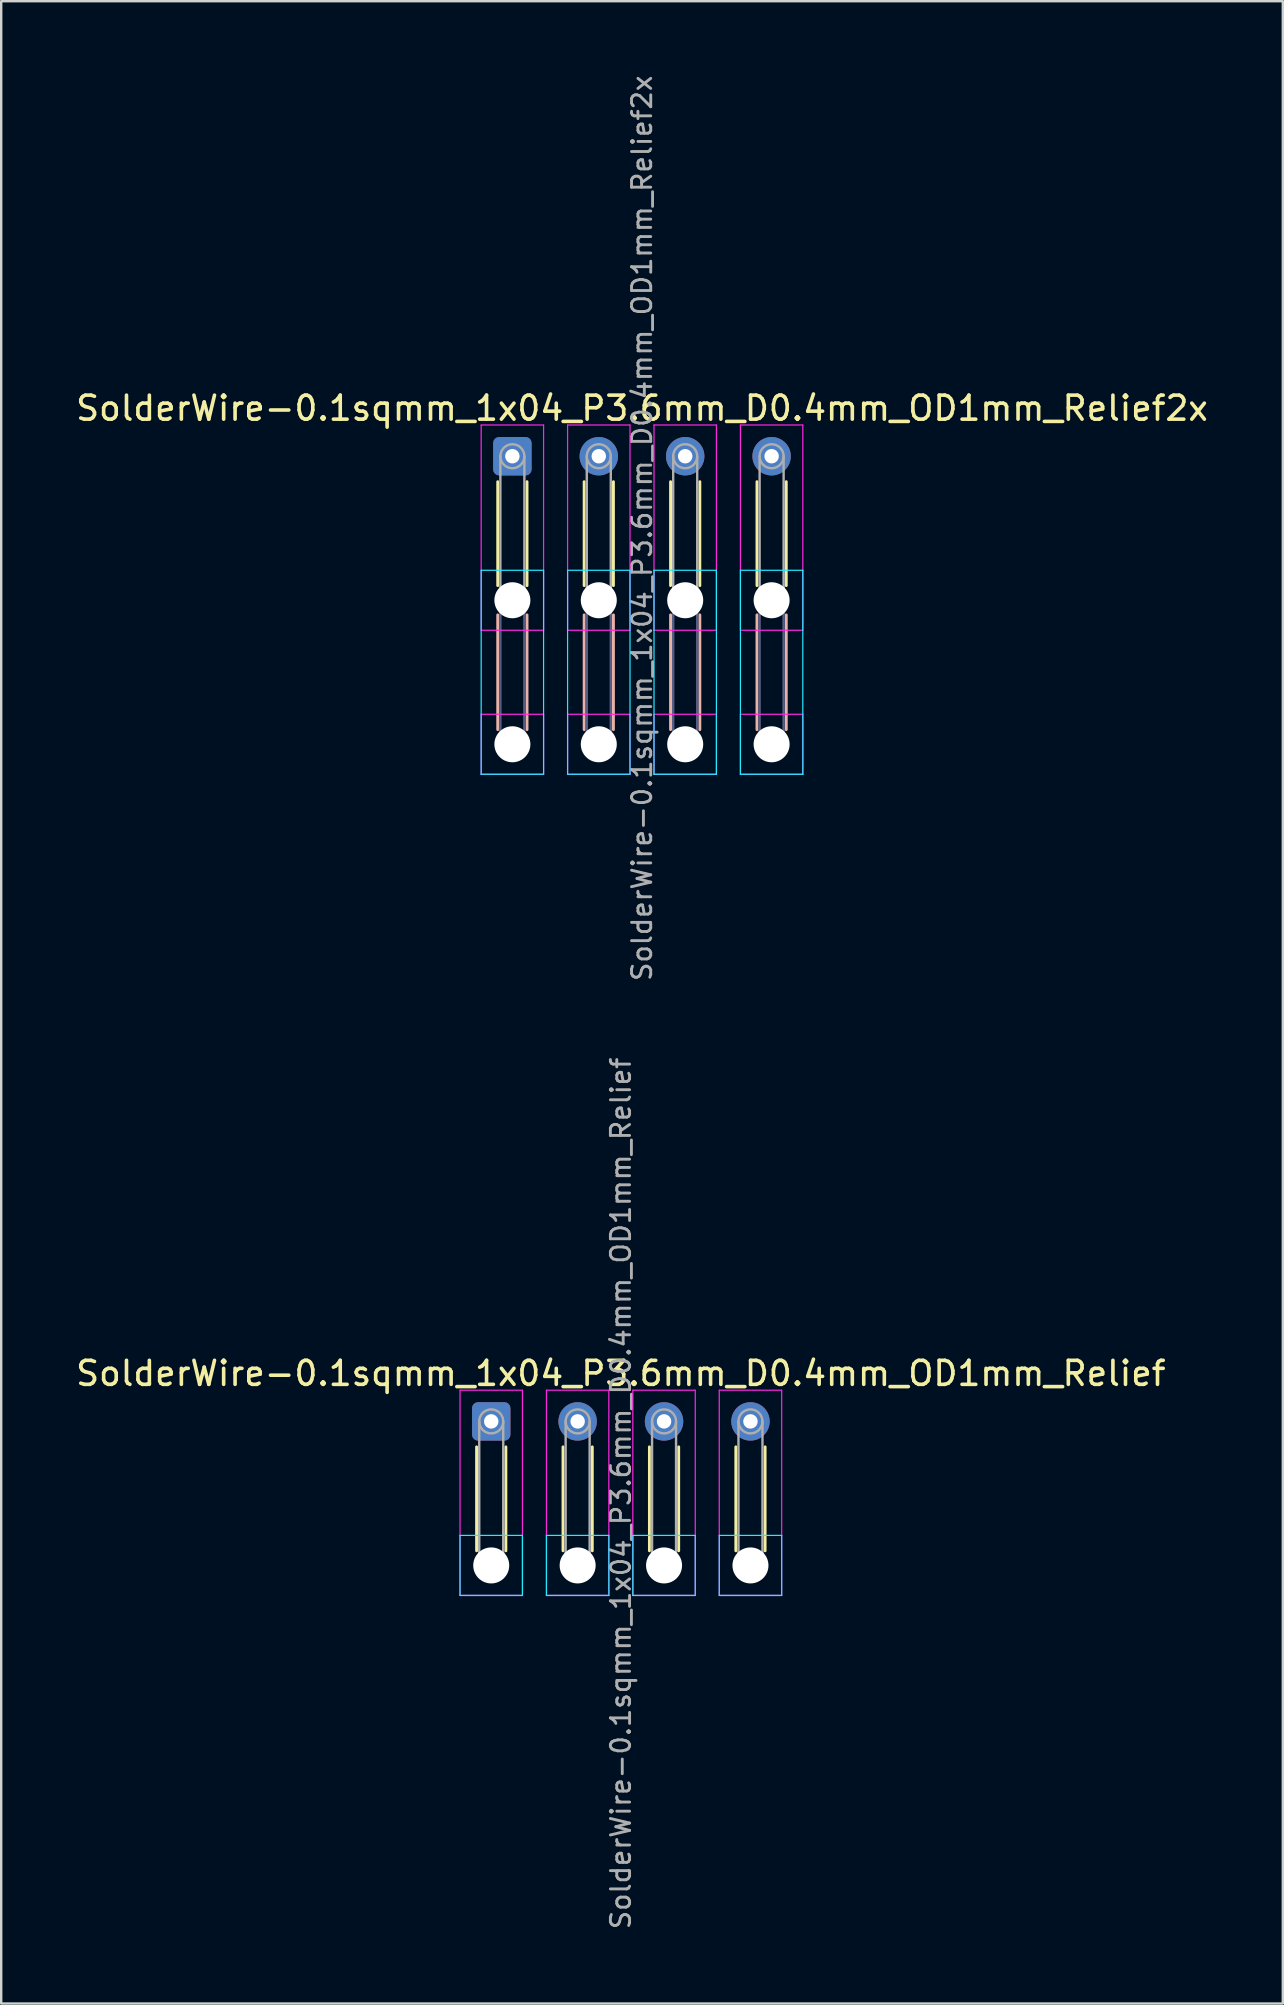
<source format=kicad_pcb>
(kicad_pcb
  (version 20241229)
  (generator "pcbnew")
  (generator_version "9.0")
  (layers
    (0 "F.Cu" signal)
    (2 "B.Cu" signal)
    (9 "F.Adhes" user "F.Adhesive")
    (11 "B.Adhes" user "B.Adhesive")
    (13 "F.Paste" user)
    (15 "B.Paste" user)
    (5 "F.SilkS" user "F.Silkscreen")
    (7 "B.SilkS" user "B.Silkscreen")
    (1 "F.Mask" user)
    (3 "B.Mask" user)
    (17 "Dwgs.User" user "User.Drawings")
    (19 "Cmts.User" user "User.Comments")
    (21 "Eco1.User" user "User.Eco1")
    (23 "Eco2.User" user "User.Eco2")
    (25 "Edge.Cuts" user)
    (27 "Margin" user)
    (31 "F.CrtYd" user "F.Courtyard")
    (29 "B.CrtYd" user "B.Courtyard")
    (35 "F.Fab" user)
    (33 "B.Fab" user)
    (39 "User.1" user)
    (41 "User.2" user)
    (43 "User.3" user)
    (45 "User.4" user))
  (footprint "SolderWire-0.1sqmm_1x04_P3.6mm_D0.4mm_OD1mm_Relief"
    (layer "F.Cu")
    (at 17.415 56.167)
    (property "Reference" "SolderWire-0.1sqmm_1x04_P3.6mm_D0.4mm_OD1mm_Relief" (at 5.4 -2 0) (layer "F.SilkS") (effects (font (size 1 1) (thickness 0.15))))
    (attr exclude_from_pos_files exclude_from_bom)
    (fp_line (start -0.61 1.06) (end -0.61 5.39) (stroke (width 0.12) (type solid)) (layer "F.SilkS"))
    (fp_line (start 0.61 1.06) (end 0.61 5.39) (stroke (width 0.12) (type solid)) (layer "F.SilkS"))
    (fp_line (start 2.99 1.06) (end 2.99 5.39) (stroke (width 0.12) (type solid)) (layer "F.SilkS"))
    (fp_line (start 4.21 1.06) (end 4.21 5.39) (stroke (width 0.12) (type solid)) (layer "F.SilkS"))
    (fp_line (start 6.59 1.06) (end 6.59 5.39) (stroke (width 0.12) (type solid)) (layer "F.SilkS"))
    (fp_line (start 7.81 1.06) (end 7.81 5.39) (stroke (width 0.12) (type solid)) (layer "F.SilkS"))
    (fp_line (start 10.19 1.06) (end 10.19 5.39) (stroke (width 0.12) (type solid)) (layer "F.SilkS"))
    (fp_line (start 11.41 1.06) (end 11.41 5.39) (stroke (width 0.12) (type solid)) (layer "F.SilkS"))
    (fp_line (start -1.3 4.75) (end -1.3 7.25) (stroke (width 0.05) (type solid)) (layer "B.CrtYd"))
    (fp_line (start -1.3 7.25) (end 1.3 7.25) (stroke (width 0.05) (type solid)) (layer "B.CrtYd"))
    (fp_line (start 1.3 4.75) (end -1.3 4.75) (stroke (width 0.05) (type solid)) (layer "B.CrtYd"))
    (fp_line (start 1.3 7.25) (end 1.3 4.75) (stroke (width 0.05) (type solid)) (layer "B.CrtYd"))
    (fp_line (start 2.3 4.75) (end 2.3 7.25) (stroke (width 0.05) (type solid)) (layer "B.CrtYd"))
    (fp_line (start 2.3 7.25) (end 4.9 7.25) (stroke (width 0.05) (type solid)) (layer "B.CrtYd"))
    (fp_line (start 4.9 4.75) (end 2.3 4.75) (stroke (width 0.05) (type solid)) (layer "B.CrtYd"))
    (fp_line (start 4.9 7.25) (end 4.9 4.75) (stroke (width 0.05) (type solid)) (layer "B.CrtYd"))
    (fp_line (start 5.9 4.75) (end 5.9 7.25) (stroke (width 0.05) (type solid)) (layer "B.CrtYd"))
    (fp_line (start 5.9 7.25) (end 8.5 7.25) (stroke (width 0.05) (type solid)) (layer "B.CrtYd"))
    (fp_line (start 8.5 4.75) (end 5.9 4.75) (stroke (width 0.05) (type solid)) (layer "B.CrtYd"))
    (fp_line (start 8.5 7.25) (end 8.5 4.75) (stroke (width 0.05) (type solid)) (layer "B.CrtYd"))
    (fp_line (start 9.5 4.75) (end 9.5 7.25) (stroke (width 0.05) (type solid)) (layer "B.CrtYd"))
    (fp_line (start 9.5 7.25) (end 12.1 7.25) (stroke (width 0.05) (type solid)) (layer "B.CrtYd"))
    (fp_line (start 12.1 4.75) (end 9.5 4.75) (stroke (width 0.05) (type solid)) (layer "B.CrtYd"))
    (fp_line (start 12.1 7.25) (end 12.1 4.75) (stroke (width 0.05) (type solid)) (layer "B.CrtYd"))
    (fp_line (start -1.3 -1.3) (end -1.3 7.25) (stroke (width 0.05) (type solid)) (layer "F.CrtYd"))
    (fp_line (start -1.3 7.25) (end 1.3 7.25) (stroke (width 0.05) (type solid)) (layer "F.CrtYd"))
    (fp_line (start 1.3 -1.3) (end -1.3 -1.3) (stroke (width 0.05) (type solid)) (layer "F.CrtYd"))
    (fp_line (start 1.3 7.25) (end 1.3 -1.3) (stroke (width 0.05) (type solid)) (layer "F.CrtYd"))
    (fp_line (start 2.3 -1.3) (end 2.3 7.25) (stroke (width 0.05) (type solid)) (layer "F.CrtYd"))
    (fp_line (start 2.3 7.25) (end 4.9 7.25) (stroke (width 0.05) (type solid)) (layer "F.CrtYd"))
    (fp_line (start 4.9 -1.3) (end 2.3 -1.3) (stroke (width 0.05) (type solid)) (layer "F.CrtYd"))
    (fp_line (start 4.9 7.25) (end 4.9 -1.3) (stroke (width 0.05) (type solid)) (layer "F.CrtYd"))
    (fp_line (start 5.9 -1.3) (end 5.9 7.25) (stroke (width 0.05) (type solid)) (layer "F.CrtYd"))
    (fp_line (start 5.9 7.25) (end 8.5 7.25) (stroke (width 0.05) (type solid)) (layer "F.CrtYd"))
    (fp_line (start 8.5 -1.3) (end 5.9 -1.3) (stroke (width 0.05) (type solid)) (layer "F.CrtYd"))
    (fp_line (start 8.5 7.25) (end 8.5 -1.3) (stroke (width 0.05) (type solid)) (layer "F.CrtYd"))
    (fp_line (start 9.5 -1.3) (end 9.5 7.25) (stroke (width 0.05) (type solid)) (layer "F.CrtYd"))
    (fp_line (start 9.5 7.25) (end 12.1 7.25) (stroke (width 0.05) (type solid)) (layer "F.CrtYd"))
    (fp_line (start 12.1 -1.3) (end 9.5 -1.3) (stroke (width 0.05) (type solid)) (layer "F.CrtYd"))
    (fp_line (start 12.1 7.25) (end 12.1 -1.3) (stroke (width 0.05) (type solid)) (layer "F.CrtYd"))
    (fp_line (start -0.5 0) (end -0.5 6) (stroke (width 0.1) (type solid)) (layer "F.Fab"))
    (fp_line (start 0.5 0) (end 0.5 6) (stroke (width 0.1) (type solid)) (layer "F.Fab"))
    (fp_line (start 3.1 0) (end 3.1 6) (stroke (width 0.1) (type solid)) (layer "F.Fab"))
    (fp_line (start 4.1 0) (end 4.1 6) (stroke (width 0.1) (type solid)) (layer "F.Fab"))
    (fp_line (start 6.7 0) (end 6.7 6) (stroke (width 0.1) (type solid)) (layer "F.Fab"))
    (fp_line (start 7.7 0) (end 7.7 6) (stroke (width 0.1) (type solid)) (layer "F.Fab"))
    (fp_line (start 10.3 0) (end 10.3 6) (stroke (width 0.1) (type solid)) (layer "F.Fab"))
    (fp_line (start 11.3 0) (end 11.3 6) (stroke (width 0.1) (type solid)) (layer "F.Fab"))
    (fp_circle (center 0 0) (end 0.5 0) (stroke (width 0.1) (type solid)) (fill no) (layer "F.Fab"))
    (fp_circle (center 0 6) (end 0.5 6) (stroke (width 0.1) (type solid)) (fill no) (layer "F.Fab"))
    (fp_circle (center 3.6 0) (end 4.1 0) (stroke (width 0.1) (type solid)) (fill no) (layer "F.Fab"))
    (fp_circle (center 3.6 6) (end 4.1 6) (stroke (width 0.1) (type solid)) (fill no) (layer "F.Fab"))
    (fp_circle (center 7.2 0) (end 7.7 0) (stroke (width 0.1) (type solid)) (fill no) (layer "F.Fab"))
    (fp_circle (center 7.2 6) (end 7.7 6) (stroke (width 0.1) (type solid)) (fill no) (layer "F.Fab"))
    (fp_circle (center 10.8 0) (end 11.3 0) (stroke (width 0.1) (type solid)) (fill no) (layer "F.Fab"))
    (fp_circle (center 10.8 6) (end 11.3 6) (stroke (width 0.1) (type solid)) (fill no) (layer "F.Fab"))
    (fp_text user "${REFERENCE}" (at 5.4 3 90) (layer "F.Fab") (effects (font (size 0.8 0.8) (thickness 0.12))))
    (pad "" np_thru_hole circle (at 0 6) (size 1.5 1.5) (drill 1.5) (layers "*.Cu" "*.Mask"))
    (pad "" np_thru_hole circle (at 3.6 6) (size 1.5 1.5) (drill 1.5) (layers "*.Cu" "*.Mask"))
    (pad "" np_thru_hole circle (at 7.2 6) (size 1.5 1.5) (drill 1.5) (layers "*.Cu" "*.Mask"))
    (pad "" np_thru_hole circle (at 10.8 6) (size 1.5 1.5) (drill 1.5) (layers "*.Cu" "*.Mask"))
    (pad "1" thru_hole roundrect (at 0 0) (size 1.6 1.6) (drill 0.6) (layers "*.Cu" "*.Mask") (roundrect_rratio 0.156))
    (pad "2" thru_hole circle (at 3.6 0) (size 1.6 1.6) (drill 0.6) (layers "*.Cu" "*.Mask"))
    (pad "3" thru_hole circle (at 7.2 0) (size 1.6 1.6) (drill 0.6) (layers "*.Cu" "*.Mask"))
    (pad "4" thru_hole circle (at 10.8 0) (size 1.6 1.6) (drill 0.6) (layers "*.Cu" "*.Mask")))
  (footprint "SolderWire-0.1sqmm_1x04_P3.6mm_D0.4mm_OD1mm_Relief2x"
    (layer "F.Cu")
    (at 18.296 15.957)
    (property "Reference" "SolderWire-0.1sqmm_1x04_P3.6mm_D0.4mm_OD1mm_Relief2x" (at 5.4 -2 0) (layer "F.SilkS") (effects (font (size 1 1) (thickness 0.15))))
    (attr exclude_from_pos_files exclude_from_bom)
    (fp_line (start -0.61 1.06) (end -0.61 5.39) (stroke (width 0.12) (type solid)) (layer "F.SilkS"))
    (fp_line (start 0.61 1.06) (end 0.61 5.39) (stroke (width 0.12) (type solid)) (layer "F.SilkS"))
    (fp_line (start 2.99 1.06) (end 2.99 5.39) (stroke (width 0.12) (type solid)) (layer "F.SilkS"))
    (fp_line (start 4.21 1.06) (end 4.21 5.39) (stroke (width 0.12) (type solid)) (layer "F.SilkS"))
    (fp_line (start 6.59 1.06) (end 6.59 5.39) (stroke (width 0.12) (type solid)) (layer "F.SilkS"))
    (fp_line (start 7.81 1.06) (end 7.81 5.39) (stroke (width 0.12) (type solid)) (layer "F.SilkS"))
    (fp_line (start 10.19 1.06) (end 10.19 5.39) (stroke (width 0.12) (type solid)) (layer "F.SilkS"))
    (fp_line (start 11.41 1.06) (end 11.41 5.39) (stroke (width 0.12) (type solid)) (layer "F.SilkS"))
    (fp_line (start -0.61 6.61) (end -0.61 11.39) (stroke (width 0.12) (type solid)) (layer "B.SilkS"))
    (fp_line (start 0.61 6.61) (end 0.61 11.39) (stroke (width 0.12) (type solid)) (layer "B.SilkS"))
    (fp_line (start 2.99 6.61) (end 2.99 11.39) (stroke (width 0.12) (type solid)) (layer "B.SilkS"))
    (fp_line (start 4.21 6.61) (end 4.21 11.39) (stroke (width 0.12) (type solid)) (layer "B.SilkS"))
    (fp_line (start 6.59 6.61) (end 6.59 11.39) (stroke (width 0.12) (type solid)) (layer "B.SilkS"))
    (fp_line (start 7.81 6.61) (end 7.81 11.39) (stroke (width 0.12) (type solid)) (layer "B.SilkS"))
    (fp_line (start 10.19 6.61) (end 10.19 11.39) (stroke (width 0.12) (type solid)) (layer "B.SilkS"))
    (fp_line (start 11.41 6.61) (end 11.41 11.39) (stroke (width 0.12) (type solid)) (layer "B.SilkS"))
    (fp_line (start -1.3 4.75) (end -1.3 13.25) (stroke (width 0.05) (type solid)) (layer "B.CrtYd"))
    (fp_line (start -1.3 13.25) (end 1.3 13.25) (stroke (width 0.05) (type solid)) (layer "B.CrtYd"))
    (fp_line (start 1.3 4.75) (end -1.3 4.75) (stroke (width 0.05) (type solid)) (layer "B.CrtYd"))
    (fp_line (start 1.3 13.25) (end 1.3 4.75) (stroke (width 0.05) (type solid)) (layer "B.CrtYd"))
    (fp_line (start 2.3 4.75) (end 2.3 13.25) (stroke (width 0.05) (type solid)) (layer "B.CrtYd"))
    (fp_line (start 2.3 13.25) (end 4.9 13.25) (stroke (width 0.05) (type solid)) (layer "B.CrtYd"))
    (fp_line (start 4.9 4.75) (end 2.3 4.75) (stroke (width 0.05) (type solid)) (layer "B.CrtYd"))
    (fp_line (start 4.9 13.25) (end 4.9 4.75) (stroke (width 0.05) (type solid)) (layer "B.CrtYd"))
    (fp_line (start 5.9 4.75) (end 5.9 13.25) (stroke (width 0.05) (type solid)) (layer "B.CrtYd"))
    (fp_line (start 5.9 13.25) (end 8.5 13.25) (stroke (width 0.05) (type solid)) (layer "B.CrtYd"))
    (fp_line (start 8.5 4.75) (end 5.9 4.75) (stroke (width 0.05) (type solid)) (layer "B.CrtYd"))
    (fp_line (start 8.5 13.25) (end 8.5 4.75) (stroke (width 0.05) (type solid)) (layer "B.CrtYd"))
    (fp_line (start 9.5 4.75) (end 9.5 13.25) (stroke (width 0.05) (type solid)) (layer "B.CrtYd"))
    (fp_line (start 9.5 13.25) (end 12.1 13.25) (stroke (width 0.05) (type solid)) (layer "B.CrtYd"))
    (fp_line (start 12.1 4.75) (end 9.5 4.75) (stroke (width 0.05) (type solid)) (layer "B.CrtYd"))
    (fp_line (start 12.1 13.25) (end 12.1 4.75) (stroke (width 0.05) (type solid)) (layer "B.CrtYd"))
    (fp_line (start -1.3 -1.3) (end -1.3 7.25) (stroke (width 0.05) (type solid)) (layer "F.CrtYd"))
    (fp_line (start -1.3 7.25) (end 1.3 7.25) (stroke (width 0.05) (type solid)) (layer "F.CrtYd"))
    (fp_line (start -1.3 10.75) (end -1.3 13.25) (stroke (width 0.05) (type solid)) (layer "F.CrtYd"))
    (fp_line (start -1.3 13.25) (end 1.3 13.25) (stroke (width 0.05) (type solid)) (layer "F.CrtYd"))
    (fp_line (start 1.3 -1.3) (end -1.3 -1.3) (stroke (width 0.05) (type solid)) (layer "F.CrtYd"))
    (fp_line (start 1.3 7.25) (end 1.3 -1.3) (stroke (width 0.05) (type solid)) (layer "F.CrtYd"))
    (fp_line (start 1.3 10.75) (end -1.3 10.75) (stroke (width 0.05) (type solid)) (layer "F.CrtYd"))
    (fp_line (start 1.3 13.25) (end 1.3 10.75) (stroke (width 0.05) (type solid)) (layer "F.CrtYd"))
    (fp_line (start 2.3 -1.3) (end 2.3 7.25) (stroke (width 0.05) (type solid)) (layer "F.CrtYd"))
    (fp_line (start 2.3 7.25) (end 4.9 7.25) (stroke (width 0.05) (type solid)) (layer "F.CrtYd"))
    (fp_line (start 2.3 10.75) (end 2.3 13.25) (stroke (width 0.05) (type solid)) (layer "F.CrtYd"))
    (fp_line (start 2.3 13.25) (end 4.9 13.25) (stroke (width 0.05) (type solid)) (layer "F.CrtYd"))
    (fp_line (start 4.9 -1.3) (end 2.3 -1.3) (stroke (width 0.05) (type solid)) (layer "F.CrtYd"))
    (fp_line (start 4.9 7.25) (end 4.9 -1.3) (stroke (width 0.05) (type solid)) (layer "F.CrtYd"))
    (fp_line (start 4.9 10.75) (end 2.3 10.75) (stroke (width 0.05) (type solid)) (layer "F.CrtYd"))
    (fp_line (start 4.9 13.25) (end 4.9 10.75) (stroke (width 0.05) (type solid)) (layer "F.CrtYd"))
    (fp_line (start 5.9 -1.3) (end 5.9 7.25) (stroke (width 0.05) (type solid)) (layer "F.CrtYd"))
    (fp_line (start 5.9 7.25) (end 8.5 7.25) (stroke (width 0.05) (type solid)) (layer "F.CrtYd"))
    (fp_line (start 5.9 10.75) (end 5.9 13.25) (stroke (width 0.05) (type solid)) (layer "F.CrtYd"))
    (fp_line (start 5.9 13.25) (end 8.5 13.25) (stroke (width 0.05) (type solid)) (layer "F.CrtYd"))
    (fp_line (start 8.5 -1.3) (end 5.9 -1.3) (stroke (width 0.05) (type solid)) (layer "F.CrtYd"))
    (fp_line (start 8.5 7.25) (end 8.5 -1.3) (stroke (width 0.05) (type solid)) (layer "F.CrtYd"))
    (fp_line (start 8.5 10.75) (end 5.9 10.75) (stroke (width 0.05) (type solid)) (layer "F.CrtYd"))
    (fp_line (start 8.5 13.25) (end 8.5 10.75) (stroke (width 0.05) (type solid)) (layer "F.CrtYd"))
    (fp_line (start 9.5 -1.3) (end 9.5 7.25) (stroke (width 0.05) (type solid)) (layer "F.CrtYd"))
    (fp_line (start 9.5 7.25) (end 12.1 7.25) (stroke (width 0.05) (type solid)) (layer "F.CrtYd"))
    (fp_line (start 9.5 10.75) (end 9.5 13.25) (stroke (width 0.05) (type solid)) (layer "F.CrtYd"))
    (fp_line (start 9.5 13.25) (end 12.1 13.25) (stroke (width 0.05) (type solid)) (layer "F.CrtYd"))
    (fp_line (start 12.1 -1.3) (end 9.5 -1.3) (stroke (width 0.05) (type solid)) (layer "F.CrtYd"))
    (fp_line (start 12.1 7.25) (end 12.1 -1.3) (stroke (width 0.05) (type solid)) (layer "F.CrtYd"))
    (fp_line (start 12.1 10.75) (end 9.5 10.75) (stroke (width 0.05) (type solid)) (layer "F.CrtYd"))
    (fp_line (start 12.1 13.25) (end 12.1 10.75) (stroke (width 0.05) (type solid)) (layer "F.CrtYd"))
    (fp_line (start -0.5 6) (end -0.5 12) (stroke (width 0.1) (type solid)) (layer "B.Fab"))
    (fp_line (start 0.5 6) (end 0.5 12) (stroke (width 0.1) (type solid)) (layer "B.Fab"))
    (fp_line (start 3.1 6) (end 3.1 12) (stroke (width 0.1) (type solid)) (layer "B.Fab"))
    (fp_line (start 4.1 6) (end 4.1 12) (stroke (width 0.1) (type solid)) (layer "B.Fab"))
    (fp_line (start 6.7 6) (end 6.7 12) (stroke (width 0.1) (type solid)) (layer "B.Fab"))
    (fp_line (start 7.7 6) (end 7.7 12) (stroke (width 0.1) (type solid)) (layer "B.Fab"))
    (fp_line (start 10.3 6) (end 10.3 12) (stroke (width 0.1) (type solid)) (layer "B.Fab"))
    (fp_line (start 11.3 6) (end 11.3 12) (stroke (width 0.1) (type solid)) (layer "B.Fab"))
    (fp_circle (center 0 6) (end 0.5 6) (stroke (width 0.1) (type solid)) (fill no) (layer "B.Fab"))
    (fp_circle (center 0 12) (end 0.5 12) (stroke (width 0.1) (type solid)) (fill no) (layer "B.Fab"))
    (fp_circle (center 3.6 6) (end 4.1 6) (stroke (width 0.1) (type solid)) (fill no) (layer "B.Fab"))
    (fp_circle (center 3.6 12) (end 4.1 12) (stroke (width 0.1) (type solid)) (fill no) (layer "B.Fab"))
    (fp_circle (center 7.2 6) (end 7.7 6) (stroke (width 0.1) (type solid)) (fill no) (layer "B.Fab"))
    (fp_circle (center 7.2 12) (end 7.7 12) (stroke (width 0.1) (type solid)) (fill no) (layer "B.Fab"))
    (fp_circle (center 10.8 6) (end 11.3 6) (stroke (width 0.1) (type solid)) (fill no) (layer "B.Fab"))
    (fp_circle (center 10.8 12) (end 11.3 12) (stroke (width 0.1) (type solid)) (fill no) (layer "B.Fab"))
    (fp_line (start -0.5 0) (end -0.5 6) (stroke (width 0.1) (type solid)) (layer "F.Fab"))
    (fp_line (start 0.5 0) (end 0.5 6) (stroke (width 0.1) (type solid)) (layer "F.Fab"))
    (fp_line (start 3.1 0) (end 3.1 6) (stroke (width 0.1) (type solid)) (layer "F.Fab"))
    (fp_line (start 4.1 0) (end 4.1 6) (stroke (width 0.1) (type solid)) (layer "F.Fab"))
    (fp_line (start 6.7 0) (end 6.7 6) (stroke (width 0.1) (type solid)) (layer "F.Fab"))
    (fp_line (start 7.7 0) (end 7.7 6) (stroke (width 0.1) (type solid)) (layer "F.Fab"))
    (fp_line (start 10.3 0) (end 10.3 6) (stroke (width 0.1) (type solid)) (layer "F.Fab"))
    (fp_line (start 11.3 0) (end 11.3 6) (stroke (width 0.1) (type solid)) (layer "F.Fab"))
    (fp_circle (center 0 0) (end 0.5 0) (stroke (width 0.1) (type solid)) (fill no) (layer "F.Fab"))
    (fp_circle (center 0 6) (end 0.5 6) (stroke (width 0.1) (type solid)) (fill no) (layer "F.Fab"))
    (fp_circle (center 0 12) (end 0.5 12) (stroke (width 0.1) (type solid)) (fill no) (layer "F.Fab"))
    (fp_circle (center 3.6 0) (end 4.1 0) (stroke (width 0.1) (type solid)) (fill no) (layer "F.Fab"))
    (fp_circle (center 3.6 6) (end 4.1 6) (stroke (width 0.1) (type solid)) (fill no) (layer "F.Fab"))
    (fp_circle (center 3.6 12) (end 4.1 12) (stroke (width 0.1) (type solid)) (fill no) (layer "F.Fab"))
    (fp_circle (center 7.2 0) (end 7.7 0) (stroke (width 0.1) (type solid)) (fill no) (layer "F.Fab"))
    (fp_circle (center 7.2 6) (end 7.7 6) (stroke (width 0.1) (type solid)) (fill no) (layer "F.Fab"))
    (fp_circle (center 7.2 12) (end 7.7 12) (stroke (width 0.1) (type solid)) (fill no) (layer "F.Fab"))
    (fp_circle (center 10.8 0) (end 11.3 0) (stroke (width 0.1) (type solid)) (fill no) (layer "F.Fab"))
    (fp_circle (center 10.8 6) (end 11.3 6) (stroke (width 0.1) (type solid)) (fill no) (layer "F.Fab"))
    (fp_circle (center 10.8 12) (end 11.3 12) (stroke (width 0.1) (type solid)) (fill no) (layer "F.Fab"))
    (fp_text user "${REFERENCE}" (at 5.4 3 90) (layer "F.Fab") (effects (font (size 0.8 0.8) (thickness 0.12))))
    (pad "" np_thru_hole circle (at 0 6) (size 1.5 1.5) (drill 1.5) (layers "*.Cu" "*.Mask"))
    (pad "" np_thru_hole circle (at 0 12) (size 1.5 1.5) (drill 1.5) (layers "*.Cu" "*.Mask"))
    (pad "" np_thru_hole circle (at 3.6 6) (size 1.5 1.5) (drill 1.5) (layers "*.Cu" "*.Mask"))
    (pad "" np_thru_hole circle (at 3.6 12) (size 1.5 1.5) (drill 1.5) (layers "*.Cu" "*.Mask"))
    (pad "" np_thru_hole circle (at 7.2 6) (size 1.5 1.5) (drill 1.5) (layers "*.Cu" "*.Mask"))
    (pad "" np_thru_hole circle (at 7.2 12) (size 1.5 1.5) (drill 1.5) (layers "*.Cu" "*.Mask"))
    (pad "" np_thru_hole circle (at 10.8 6) (size 1.5 1.5) (drill 1.5) (layers "*.Cu" "*.Mask"))
    (pad "" np_thru_hole circle (at 10.8 12) (size 1.5 1.5) (drill 1.5) (layers "*.Cu" "*.Mask"))
    (pad "1" thru_hole roundrect (at 0 0) (size 1.6 1.6) (drill 0.6) (layers "*.Cu" "*.Mask") (roundrect_rratio 0.156))
    (pad "2" thru_hole circle (at 3.6 0) (size 1.6 1.6) (drill 0.6) (layers "*.Cu" "*.Mask"))
    (pad "3" thru_hole circle (at 7.2 0) (size 1.6 1.6) (drill 0.6) (layers "*.Cu" "*.Mask"))
    (pad "4" thru_hole circle (at 10.8 0) (size 1.6 1.6) (drill 0.6) (layers "*.Cu" "*.Mask")))
  (gr_rect
    (start -3 -3)
    (end 50.393 80.419)
    (stroke (width 0.1) (type default))
    (fill no)
    (layer "Edge.Cuts")))
</source>
